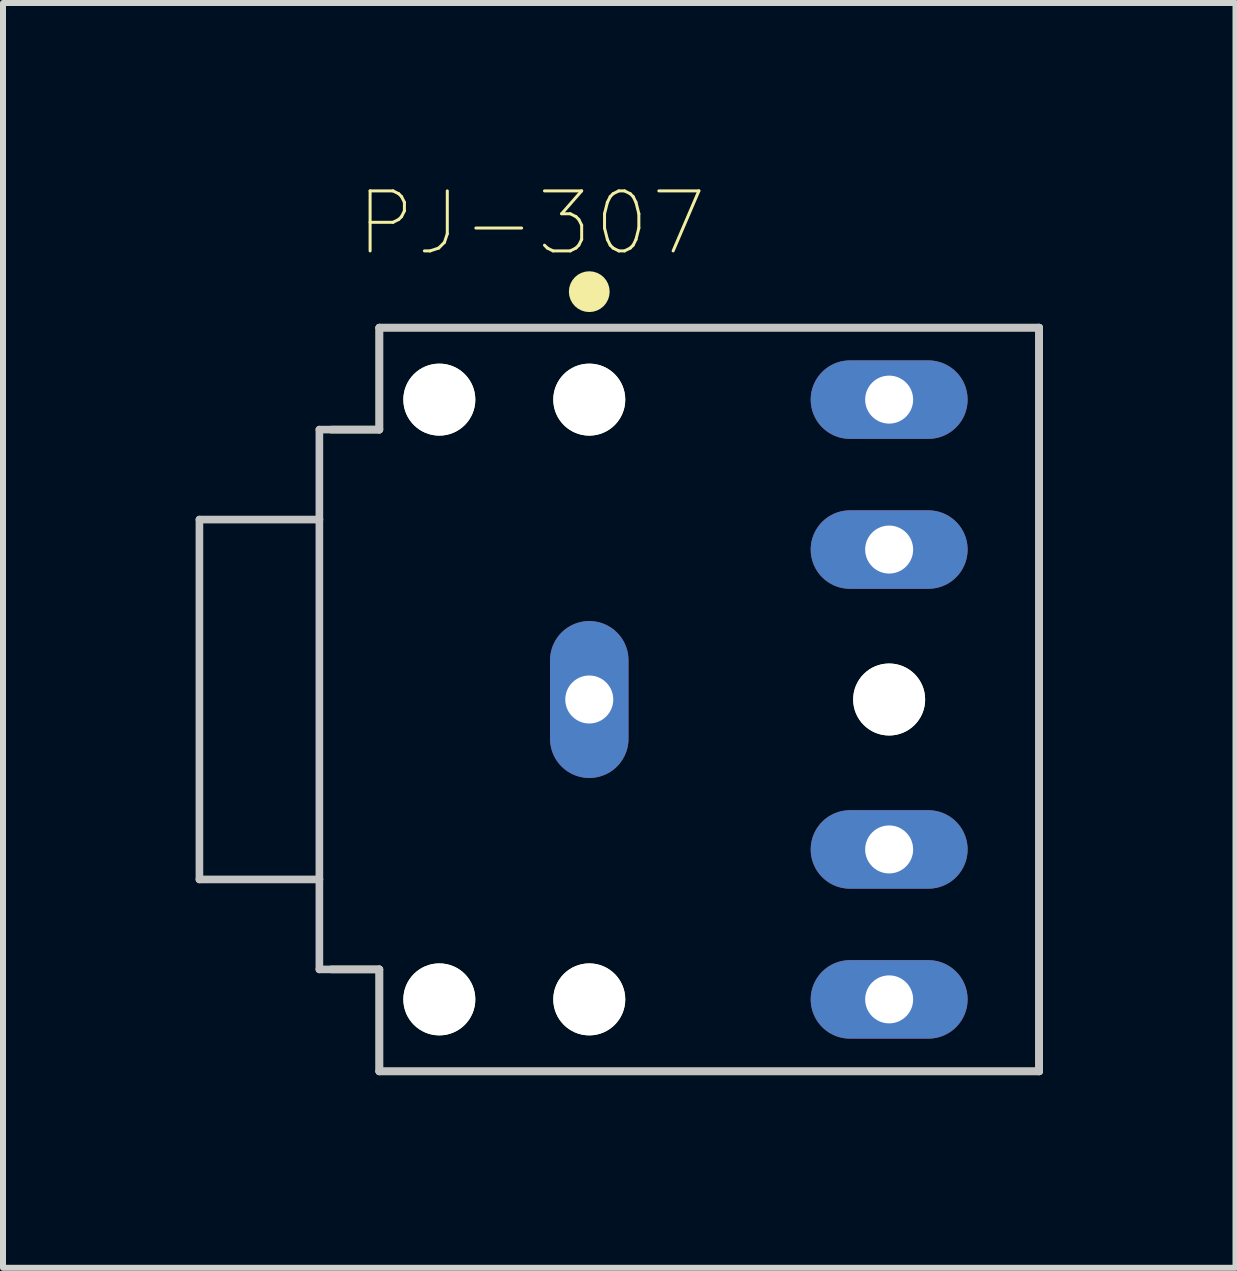
<source format=kicad_pcb>
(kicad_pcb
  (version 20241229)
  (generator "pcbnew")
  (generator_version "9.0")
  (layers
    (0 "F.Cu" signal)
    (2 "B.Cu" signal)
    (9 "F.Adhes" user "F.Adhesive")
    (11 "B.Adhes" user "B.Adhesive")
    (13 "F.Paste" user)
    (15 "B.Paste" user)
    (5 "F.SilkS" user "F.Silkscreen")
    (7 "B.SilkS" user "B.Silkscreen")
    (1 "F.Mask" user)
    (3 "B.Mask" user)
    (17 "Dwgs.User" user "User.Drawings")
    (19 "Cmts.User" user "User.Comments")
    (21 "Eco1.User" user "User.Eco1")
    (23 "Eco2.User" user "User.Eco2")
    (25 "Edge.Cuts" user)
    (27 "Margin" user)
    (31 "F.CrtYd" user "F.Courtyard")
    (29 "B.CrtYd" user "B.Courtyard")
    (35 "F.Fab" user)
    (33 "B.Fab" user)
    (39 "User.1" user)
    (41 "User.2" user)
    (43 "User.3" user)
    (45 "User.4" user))
  (footprint "PJ-307"
    (layer "F.Cu")
    (at 6.775 8.613)
    (property "Reference" "PJ-307" (at -0.961 -7.94 0) (layer "F.SilkS") (effects (font (size 1.001 1.001) (thickness 0.05))))
    (attr through_hole)
    (fp_line (start -3.5 -6.2) (end -3.5 -4.5) (stroke (width 0.127) (type solid)) (layer "F.SilkS"))
    (fp_line (start -3.5 -4.5) (end -4.3 -4.5) (stroke (width 0.127) (type solid)) (layer "F.SilkS"))
    (fp_line (start -3.5 4.5) (end -4.3 4.5) (stroke (width 0.127) (type solid)) (layer "F.SilkS"))
    (fp_line (start -3.5 4.5) (end -3.5 6.2) (stroke (width 0.127) (type solid)) (layer "F.SilkS"))
    (fp_line (start 7.5 -6.2) (end -3.5 -6.2) (stroke (width 0.127) (type solid)) (layer "F.SilkS"))
    (fp_line (start 7.5 -6.2) (end 7.5 6.2) (stroke (width 0.127) (type solid)) (layer "F.SilkS"))
    (fp_line (start 7.5 6.2) (end -3.5 6.2) (stroke (width 0.127) (type solid)) (layer "F.SilkS"))
    (fp_circle (center 0 -6.8) (end 0.17 -6.8) (stroke (width 0.34) (type solid)) (fill no) (layer "F.SilkS"))
    (fp_line (start -6.5 -3) (end -6.5 3) (stroke (width 0.127) (type solid)) (layer "Dwgs.User"))
    (fp_line (start -6.5 3) (end -4.5 3) (stroke (width 0.127) (type solid)) (layer "Dwgs.User"))
    (fp_line (start -4.5 -4.5) (end -4.5 -3) (stroke (width 0.127) (type solid)) (layer "Dwgs.User"))
    (fp_line (start -4.5 -3) (end -6.5 -3) (stroke (width 0.127) (type solid)) (layer "Dwgs.User"))
    (fp_line (start -4.5 -3) (end -4.5 3) (stroke (width 0.127) (type solid)) (layer "Dwgs.User"))
    (fp_line (start -4.5 3) (end -4.5 4.5) (stroke (width 0.127) (type solid)) (layer "Dwgs.User"))
    (fp_line (start -4.5 4.5) (end -3.5 4.5) (stroke (width 0.127) (type solid)) (layer "Dwgs.User"))
    (fp_line (start -3.5 -6.2) (end -3.5 -4.5) (stroke (width 0.127) (type solid)) (layer "Dwgs.User"))
    (fp_line (start -3.5 -4.5) (end -4.5 -4.5) (stroke (width 0.127) (type solid)) (layer "Dwgs.User"))
    (fp_line (start -3.5 4.5) (end -3.5 6.2) (stroke (width 0.127) (type solid)) (layer "Dwgs.User"))
    (fp_line (start 7.5 -6.2) (end -3.5 -6.2) (stroke (width 0.127) (type solid)) (layer "Dwgs.User"))
    (fp_line (start 7.5 -6.2) (end 7.5 6.2) (stroke (width 0.127) (type solid)) (layer "Dwgs.User"))
    (fp_line (start 7.5 6.2) (end -3.5 6.2) (stroke (width 0.127) (type solid)) (layer "Dwgs.User"))
    (fp_line (start -6.75 -3.25) (end -6.75 3.25) (stroke (width 0.05) (type solid)) (layer "Eco1.User"))
    (fp_line (start -6.75 3.25) (end -4.75 3.25) (stroke (width 0.05) (type solid)) (layer "Eco1.User"))
    (fp_line (start -4.75 -6.45) (end -4.75 -3.25) (stroke (width 0.05) (type solid)) (layer "Eco1.User"))
    (fp_line (start -4.75 -6.45) (end 7.75 -6.45) (stroke (width 0.05) (type solid)) (layer "Eco1.User"))
    (fp_line (start -4.75 -3.25) (end -6.75 -3.25) (stroke (width 0.05) (type solid)) (layer "Eco1.User"))
    (fp_line (start -4.75 3.25) (end -4.75 6.45) (stroke (width 0.05) (type solid)) (layer "Eco1.User"))
    (fp_line (start 7.75 -6.45) (end 7.75 6.45) (stroke (width 0.05) (type solid)) (layer "Eco1.User"))
    (fp_line (start 7.75 6.45) (end -4.75 6.45) (stroke (width 0.05) (type solid)) (layer "Eco1.User"))
    (fp_line (start -0.4 -0.75) (end 0.4 -0.75) (stroke (width 0.0001) (type solid)) (layer "Edge.Cuts"))
    (fp_line (start -0.4 0.75) (end -0.4 -0.75) (stroke (width 0.0001) (type solid)) (layer "Edge.Cuts"))
    (fp_line (start 0.4 -0.75) (end 0.4 0.75) (stroke (width 0.0001) (type solid)) (layer "Edge.Cuts"))
    (fp_line (start 0.4 0.75) (end -0.4 0.75) (stroke (width 0.0001) (type solid)) (layer "Edge.Cuts"))
    (fp_line (start 4.25 -5.4) (end 5.75 -5.4) (stroke (width 0.0001) (type solid)) (layer "Edge.Cuts"))
    (fp_line (start 4.25 -4.6) (end 4.25 -5.4) (stroke (width 0.0001) (type solid)) (layer "Edge.Cuts"))
    (fp_line (start 4.25 -2.9) (end 5.75 -2.9) (stroke (width 0.0001) (type solid)) (layer "Edge.Cuts"))
    (fp_line (start 4.25 -2.1) (end 4.25 -2.9) (stroke (width 0.0001) (type solid)) (layer "Edge.Cuts"))
    (fp_line (start 4.25 2.1) (end 5.75 2.1) (stroke (width 0.0001) (type solid)) (layer "Edge.Cuts"))
    (fp_line (start 4.25 2.9) (end 4.25 2.1) (stroke (width 0.0001) (type solid)) (layer "Edge.Cuts"))
    (fp_line (start 4.25 4.6) (end 5.75 4.6) (stroke (width 0.0001) (type solid)) (layer "Edge.Cuts"))
    (fp_line (start 4.25 5.4) (end 4.25 4.6) (stroke (width 0.0001) (type solid)) (layer "Edge.Cuts"))
    (fp_line (start 5.75 -5.4) (end 5.75 -4.6) (stroke (width 0.0001) (type solid)) (layer "Edge.Cuts"))
    (fp_line (start 5.75 -4.6) (end 4.25 -4.6) (stroke (width 0.0001) (type solid)) (layer "Edge.Cuts"))
    (fp_line (start 5.75 -2.9) (end 5.75 -2.1) (stroke (width 0.0001) (type solid)) (layer "Edge.Cuts"))
    (fp_line (start 5.75 -2.1) (end 4.25 -2.1) (stroke (width 0.0001) (type solid)) (layer "Edge.Cuts"))
    (fp_line (start 5.75 2.1) (end 5.75 2.9) (stroke (width 0.0001) (type solid)) (layer "Edge.Cuts"))
    (fp_line (start 5.75 2.9) (end 4.25 2.9) (stroke (width 0.0001) (type solid)) (layer "Edge.Cuts"))
    (fp_line (start 5.75 4.6) (end 5.75 5.4) (stroke (width 0.0001) (type solid)) (layer "Edge.Cuts"))
    (fp_line (start 5.75 5.4) (end 4.25 5.4) (stroke (width 0.0001) (type solid)) (layer "Edge.Cuts"))
    (pad "" np_thru_hole circle (at -2.5 -5) (size 1.2 1.2) (drill 1.2) (layers "*.Cu" "*.Mask" "F.SilkS"))
    (pad "" np_thru_hole circle (at -2.5 5) (size 1.2 1.2) (drill 1.2) (layers "*.Cu" "*.Mask" "F.SilkS"))
    (pad "" np_thru_hole circle (at 0 -5) (size 1.2 1.2) (drill 1.2) (layers "*.Cu" "*.Mask" "F.SilkS"))
    (pad "" np_thru_hole circle (at 0 5) (size 1.2 1.2) (drill 1.2) (layers "*.Cu" "*.Mask" "F.SilkS"))
    (pad "" np_thru_hole circle (at 5 0) (size 1.2 1.2) (drill 1.2) (layers "*.Cu" "*.Mask" "F.SilkS"))
    (pad "1" thru_hole oval (at 0 0 90) (size 2.616 1.308) (drill 0.8) (layers "*.Cu" "*.Mask"))
    (pad "2" thru_hole oval (at 5 -5 180) (size 2.616 1.308) (drill 0.8) (layers "*.Cu" "*.Mask"))
    (pad "3" thru_hole oval (at 5 -2.5 180) (size 2.616 1.308) (drill 0.8) (layers "*.Cu" "*.Mask"))
    (pad "4" thru_hole oval (at 5 2.5 180) (size 2.616 1.308) (drill 0.8) (layers "*.Cu" "*.Mask"))
    (pad "5" thru_hole oval (at 5 5 180) (size 2.616 1.308) (drill 0.8) (layers "*.Cu" "*.Mask")))
  (gr_rect
    (start -3 -3)
    (end 17.55 18.088)
    (stroke (width 0.1) (type default))
    (fill no)
    (layer "Edge.Cuts")))
</source>
